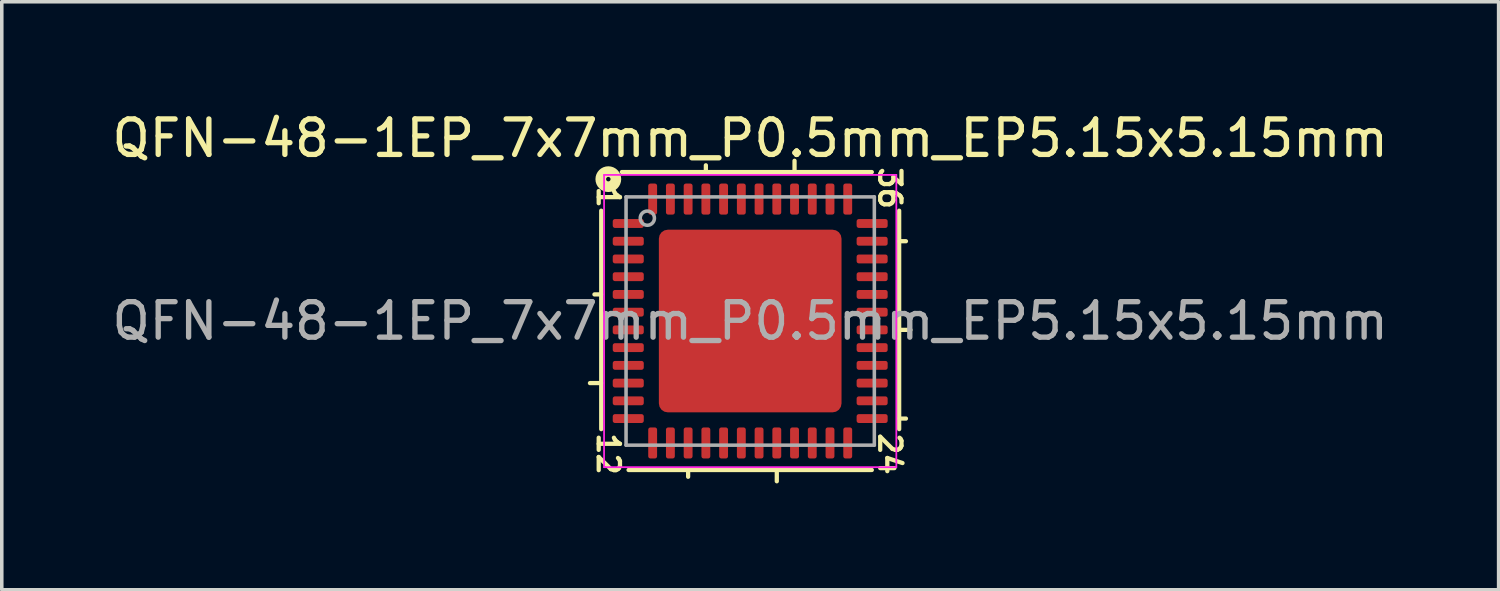
<source format=kicad_pcb>
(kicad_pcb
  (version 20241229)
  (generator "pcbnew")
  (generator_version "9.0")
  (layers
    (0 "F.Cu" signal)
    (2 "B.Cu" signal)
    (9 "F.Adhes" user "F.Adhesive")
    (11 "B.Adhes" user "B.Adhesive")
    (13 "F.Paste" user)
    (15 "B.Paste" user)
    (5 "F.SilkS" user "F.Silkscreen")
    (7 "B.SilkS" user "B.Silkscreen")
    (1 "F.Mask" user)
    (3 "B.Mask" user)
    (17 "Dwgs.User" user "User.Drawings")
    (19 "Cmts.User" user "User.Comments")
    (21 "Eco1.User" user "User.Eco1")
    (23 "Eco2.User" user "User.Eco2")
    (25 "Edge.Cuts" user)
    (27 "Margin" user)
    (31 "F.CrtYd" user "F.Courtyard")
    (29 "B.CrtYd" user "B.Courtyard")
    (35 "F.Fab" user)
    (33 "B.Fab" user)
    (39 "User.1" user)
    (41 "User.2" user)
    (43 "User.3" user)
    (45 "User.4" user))
  (footprint "QFN-48-1EP_7x7mm_P0.5mm_EP5.15x5.15mm"
    (layer "F.Cu")
    (at 18.101 6.001)
    (property "Reference" "QFN-48-1EP_7x7mm_P0.5mm_EP5.15x5.15mm" (at 0 -5.152 0) (layer "F.SilkS") (effects (font (size 1 1) (thickness 0.15))))
    (attr smd)
    (fp_line (start -4.2 -3.111) (end -4.2 3.048) (stroke (width 0.12) (type solid)) (layer "F.SilkS"))
    (fp_line (start -4.2 -0.75) (end -4.391 -0.75) (stroke (width 0.12) (type solid)) (layer "F.SilkS"))
    (fp_line (start -4.2 1.75) (end -4.518 1.75) (stroke (width 0.12) (type solid)) (layer "F.SilkS"))
    (fp_line (start -3.429 4.2) (end 3.429 4.2) (stroke (width 0.12) (type solid)) (layer "F.SilkS"))
    (fp_line (start -1.75 4.2) (end -1.75 4.391) (stroke (width 0.12) (type solid)) (layer "F.SilkS"))
    (fp_line (start -1.25 -4.2) (end -1.25 -4.391) (stroke (width 0.12) (type solid)) (layer "F.SilkS"))
    (fp_line (start 0.75 4.2) (end 0.75 4.518) (stroke (width 0.12) (type solid)) (layer "F.SilkS"))
    (fp_line (start 1.25 -4.2) (end 1.25 -4.518) (stroke (width 0.12) (type solid)) (layer "F.SilkS"))
    (fp_line (start 3.429 -4.2) (end -3.619 -4.2) (stroke (width 0.12) (type solid)) (layer "F.SilkS"))
    (fp_line (start 4.2 -2.25) (end 4.391 -2.25) (stroke (width 0.12) (type solid)) (layer "F.SilkS"))
    (fp_line (start 4.2 0.25) (end 4.518 0.25) (stroke (width 0.12) (type solid)) (layer "F.SilkS"))
    (fp_line (start 4.2 2.75) (end 4.391 2.75) (stroke (width 0.12) (type solid)) (layer "F.SilkS"))
    (fp_line (start 4.2 3.048) (end 4.2 -3.111) (stroke (width 0.12) (type solid)) (layer "F.SilkS"))
    (fp_circle (center -4 -4) (end -3.937 -4) (stroke (width 0.3) (type solid)) (fill no) (layer "F.SilkS"))
    (fp_line (start -4.12 -4.12) (end -4.12 4.12) (stroke (width 0.05) (type solid)) (layer "F.CrtYd"))
    (fp_line (start -4.12 4.12) (end 4.12 4.12) (stroke (width 0.05) (type solid)) (layer "F.CrtYd"))
    (fp_line (start 4.12 -4.12) (end -4.12 -4.12) (stroke (width 0.05) (type solid)) (layer "F.CrtYd"))
    (fp_line (start 4.12 4.12) (end 4.12 -4.12) (stroke (width 0.05) (type solid)) (layer "F.CrtYd"))
    (fp_line (start -3.5 -3.5) (end 3.5 -3.5) (stroke (width 0.1) (type solid)) (layer "F.Fab"))
    (fp_line (start -3.5 3.5) (end -3.5 -3.5) (stroke (width 0.1) (type solid)) (layer "F.Fab"))
    (fp_line (start 3.5 -3.5) (end 3.5 3.5) (stroke (width 0.1) (type solid)) (layer "F.Fab"))
    (fp_line (start 3.5 3.5) (end -3.5 3.5) (stroke (width 0.1) (type solid)) (layer "F.Fab"))
    (fp_circle (center -2.9 -2.9) (end -2.7 -2.9) (stroke (width 0.1) (type solid)) (fill no) (layer "F.Fab"))
    (fp_text user "24" (at 3.937 3.747 270) (unlocked yes) (layer "F.SilkS") (effects (font (size 0.6 0.6) (thickness 0.12))))
    (fp_text user "12" (at -4 3.747 270) (unlocked yes) (layer "F.SilkS") (effects (font (size 0.6 0.6) (thickness 0.12))))
    (fp_text user "36" (at 3.937 -3.747 270) (unlocked yes) (layer "F.SilkS") (effects (font (size 0.6 0.6) (thickness 0.12))))
    (fp_text user "1" (at -4 -3.493 270) (unlocked yes) (layer "F.SilkS") (effects (font (size 0.6 0.6) (thickness 0.12))))
    (fp_text user "${REFERENCE}" (at 0 0 0) (layer "F.Fab") (effects (font (size 1 1) (thickness 0.15))))
    (pad "" smd roundrect (at -1.935 -1.935) (size 1.04 1.04) (layers "F.Paste") (roundrect_rratio 0.24))
    (pad "" smd roundrect (at -1.935 -0.645) (size 1.04 1.04) (layers "F.Paste") (roundrect_rratio 0.24))
    (pad "" smd roundrect (at -1.935 0.645) (size 1.04 1.04) (layers "F.Paste") (roundrect_rratio 0.24))
    (pad "" smd roundrect (at -1.935 1.935) (size 1.04 1.04) (layers "F.Paste") (roundrect_rratio 0.24))
    (pad "" smd roundrect (at -0.645 -1.935) (size 1.04 1.04) (layers "F.Paste") (roundrect_rratio 0.24))
    (pad "" smd roundrect (at -0.645 -0.645) (size 1.04 1.04) (layers "F.Paste") (roundrect_rratio 0.24))
    (pad "" smd roundrect (at -0.645 0.645) (size 1.04 1.04) (layers "F.Paste") (roundrect_rratio 0.24))
    (pad "" smd roundrect (at -0.645 1.935) (size 1.04 1.04) (layers "F.Paste") (roundrect_rratio 0.24))
    (pad "" smd roundrect (at 0.645 -1.935) (size 1.04 1.04) (layers "F.Paste") (roundrect_rratio 0.24))
    (pad "" smd roundrect (at 0.645 -0.645) (size 1.04 1.04) (layers "F.Paste") (roundrect_rratio 0.24))
    (pad "" smd roundrect (at 0.645 0.645) (size 1.04 1.04) (layers "F.Paste") (roundrect_rratio 0.24))
    (pad "" smd roundrect (at 0.645 1.935) (size 1.04 1.04) (layers "F.Paste") (roundrect_rratio 0.24))
    (pad "" smd roundrect (at 1.935 -1.935) (size 1.04 1.04) (layers "F.Paste") (roundrect_rratio 0.24))
    (pad "" smd roundrect (at 1.935 -0.645) (size 1.04 1.04) (layers "F.Paste") (roundrect_rratio 0.24))
    (pad "" smd roundrect (at 1.935 0.645) (size 1.04 1.04) (layers "F.Paste") (roundrect_rratio 0.24))
    (pad "" smd roundrect (at 1.935 1.935) (size 1.04 1.04) (layers "F.Paste") (roundrect_rratio 0.24))
    (pad "1" smd roundrect (at -3.438 -2.75) (size 0.875 0.25) (layers "F.Cu" "F.Mask" "F.Paste") (roundrect_rratio 0.25))
    (pad "2" smd roundrect (at -3.438 -2.25) (size 0.875 0.25) (layers "F.Cu" "F.Mask" "F.Paste") (roundrect_rratio 0.25))
    (pad "3" smd roundrect (at -3.438 -1.75) (size 0.875 0.25) (layers "F.Cu" "F.Mask" "F.Paste") (roundrect_rratio 0.25))
    (pad "4" smd roundrect (at -3.438 -1.25) (size 0.875 0.25) (layers "F.Cu" "F.Mask" "F.Paste") (roundrect_rratio 0.25))
    (pad "5" smd roundrect (at -3.438 -0.75) (size 0.875 0.25) (layers "F.Cu" "F.Mask" "F.Paste") (roundrect_rratio 0.25))
    (pad "6" smd roundrect (at -3.438 -0.25) (size 0.875 0.25) (layers "F.Cu" "F.Mask" "F.Paste") (roundrect_rratio 0.25))
    (pad "7" smd roundrect (at -3.438 0.25) (size 0.875 0.25) (layers "F.Cu" "F.Mask" "F.Paste") (roundrect_rratio 0.25))
    (pad "8" smd roundrect (at -3.438 0.75) (size 0.875 0.25) (layers "F.Cu" "F.Mask" "F.Paste") (roundrect_rratio 0.25))
    (pad "9" smd roundrect (at -3.438 1.25) (size 0.875 0.25) (layers "F.Cu" "F.Mask" "F.Paste") (roundrect_rratio 0.25))
    (pad "10" smd roundrect (at -3.438 1.75) (size 0.875 0.25) (layers "F.Cu" "F.Mask" "F.Paste") (roundrect_rratio 0.25))
    (pad "11" smd roundrect (at -3.438 2.25) (size 0.875 0.25) (layers "F.Cu" "F.Mask" "F.Paste") (roundrect_rratio 0.25))
    (pad "12" smd roundrect (at -3.438 2.75) (size 0.875 0.25) (layers "F.Cu" "F.Mask" "F.Paste") (roundrect_rratio 0.25))
    (pad "13" smd roundrect (at -2.75 3.438) (size 0.25 0.875) (layers "F.Cu" "F.Mask" "F.Paste") (roundrect_rratio 0.25))
    (pad "14" smd roundrect (at -2.25 3.438) (size 0.25 0.875) (layers "F.Cu" "F.Mask" "F.Paste") (roundrect_rratio 0.25))
    (pad "15" smd roundrect (at -1.75 3.438) (size 0.25 0.875) (layers "F.Cu" "F.Mask" "F.Paste") (roundrect_rratio 0.25))
    (pad "16" smd roundrect (at -1.25 3.438) (size 0.25 0.875) (layers "F.Cu" "F.Mask" "F.Paste") (roundrect_rratio 0.25))
    (pad "17" smd roundrect (at -0.75 3.438) (size 0.25 0.875) (layers "F.Cu" "F.Mask" "F.Paste") (roundrect_rratio 0.25))
    (pad "18" smd roundrect (at -0.25 3.438) (size 0.25 0.875) (layers "F.Cu" "F.Mask" "F.Paste") (roundrect_rratio 0.25))
    (pad "19" smd roundrect (at 0.25 3.438) (size 0.25 0.875) (layers "F.Cu" "F.Mask" "F.Paste") (roundrect_rratio 0.25))
    (pad "20" smd roundrect (at 0.75 3.438) (size 0.25 0.875) (layers "F.Cu" "F.Mask" "F.Paste") (roundrect_rratio 0.25))
    (pad "21" smd roundrect (at 1.25 3.438) (size 0.25 0.875) (layers "F.Cu" "F.Mask" "F.Paste") (roundrect_rratio 0.25))
    (pad "22" smd roundrect (at 1.75 3.438) (size 0.25 0.875) (layers "F.Cu" "F.Mask" "F.Paste") (roundrect_rratio 0.25))
    (pad "23" smd roundrect (at 2.25 3.438) (size 0.25 0.875) (layers "F.Cu" "F.Mask" "F.Paste") (roundrect_rratio 0.25))
    (pad "24" smd roundrect (at 2.75 3.438) (size 0.25 0.875) (layers "F.Cu" "F.Mask" "F.Paste") (roundrect_rratio 0.25))
    (pad "25" smd roundrect (at 3.438 2.75) (size 0.875 0.25) (layers "F.Cu" "F.Mask" "F.Paste") (roundrect_rratio 0.25))
    (pad "26" smd roundrect (at 3.438 2.25) (size 0.875 0.25) (layers "F.Cu" "F.Mask" "F.Paste") (roundrect_rratio 0.25))
    (pad "27" smd roundrect (at 3.438 1.75) (size 0.875 0.25) (layers "F.Cu" "F.Mask" "F.Paste") (roundrect_rratio 0.25))
    (pad "28" smd roundrect (at 3.438 1.25) (size 0.875 0.25) (layers "F.Cu" "F.Mask" "F.Paste") (roundrect_rratio 0.25))
    (pad "29" smd roundrect (at 3.438 0.75) (size 0.875 0.25) (layers "F.Cu" "F.Mask" "F.Paste") (roundrect_rratio 0.25))
    (pad "30" smd roundrect (at 3.438 0.25) (size 0.875 0.25) (layers "F.Cu" "F.Mask" "F.Paste") (roundrect_rratio 0.25))
    (pad "31" smd roundrect (at 3.438 -0.25) (size 0.875 0.25) (layers "F.Cu" "F.Mask" "F.Paste") (roundrect_rratio 0.25))
    (pad "32" smd roundrect (at 3.438 -0.75) (size 0.875 0.25) (layers "F.Cu" "F.Mask" "F.Paste") (roundrect_rratio 0.25))
    (pad "33" smd roundrect (at 3.438 -1.25) (size 0.875 0.25) (layers "F.Cu" "F.Mask" "F.Paste") (roundrect_rratio 0.25))
    (pad "34" smd roundrect (at 3.438 -1.75) (size 0.875 0.25) (layers "F.Cu" "F.Mask" "F.Paste") (roundrect_rratio 0.25))
    (pad "35" smd roundrect (at 3.438 -2.25) (size 0.875 0.25) (layers "F.Cu" "F.Mask" "F.Paste") (roundrect_rratio 0.25))
    (pad "36" smd roundrect (at 3.438 -2.75) (size 0.875 0.25) (layers "F.Cu" "F.Mask" "F.Paste") (roundrect_rratio 0.25))
    (pad "37" smd roundrect (at 2.75 -3.438) (size 0.25 0.875) (layers "F.Cu" "F.Mask" "F.Paste") (roundrect_rratio 0.25))
    (pad "38" smd roundrect (at 2.25 -3.438) (size 0.25 0.875) (layers "F.Cu" "F.Mask" "F.Paste") (roundrect_rratio 0.25))
    (pad "39" smd roundrect (at 1.75 -3.438) (size 0.25 0.875) (layers "F.Cu" "F.Mask" "F.Paste") (roundrect_rratio 0.25))
    (pad "40" smd roundrect (at 1.25 -3.438) (size 0.25 0.875) (layers "F.Cu" "F.Mask" "F.Paste") (roundrect_rratio 0.25))
    (pad "41" smd roundrect (at 0.75 -3.438) (size 0.25 0.875) (layers "F.Cu" "F.Mask" "F.Paste") (roundrect_rratio 0.25))
    (pad "42" smd roundrect (at 0.25 -3.438) (size 0.25 0.875) (layers "F.Cu" "F.Mask" "F.Paste") (roundrect_rratio 0.25))
    (pad "43" smd roundrect (at -0.25 -3.438) (size 0.25 0.875) (layers "F.Cu" "F.Mask" "F.Paste") (roundrect_rratio 0.25))
    (pad "44" smd roundrect (at -0.75 -3.438) (size 0.25 0.875) (layers "F.Cu" "F.Mask" "F.Paste") (roundrect_rratio 0.25))
    (pad "45" smd roundrect (at -1.25 -3.438) (size 0.25 0.875) (layers "F.Cu" "F.Mask" "F.Paste") (roundrect_rratio 0.25))
    (pad "46" smd roundrect (at -1.75 -3.438) (size 0.25 0.875) (layers "F.Cu" "F.Mask" "F.Paste") (roundrect_rratio 0.25))
    (pad "47" smd roundrect (at -2.25 -3.438) (size 0.25 0.875) (layers "F.Cu" "F.Mask" "F.Paste") (roundrect_rratio 0.25))
    (pad "48" smd roundrect (at -2.75 -3.438) (size 0.25 0.875) (layers "F.Cu" "F.Mask" "F.Paste") (roundrect_rratio 0.25))
    (pad "49" smd roundrect (at 0 0) (size 5.15 5.15) (layers "F.Cu" "F.Mask") (roundrect_rratio 0.049)))
  (gr_rect
    (start -3 -3)
    (end 39.202 13.578)
    (stroke (width 0.1) (type default))
    (fill no)
    (layer "Edge.Cuts")))
</source>
